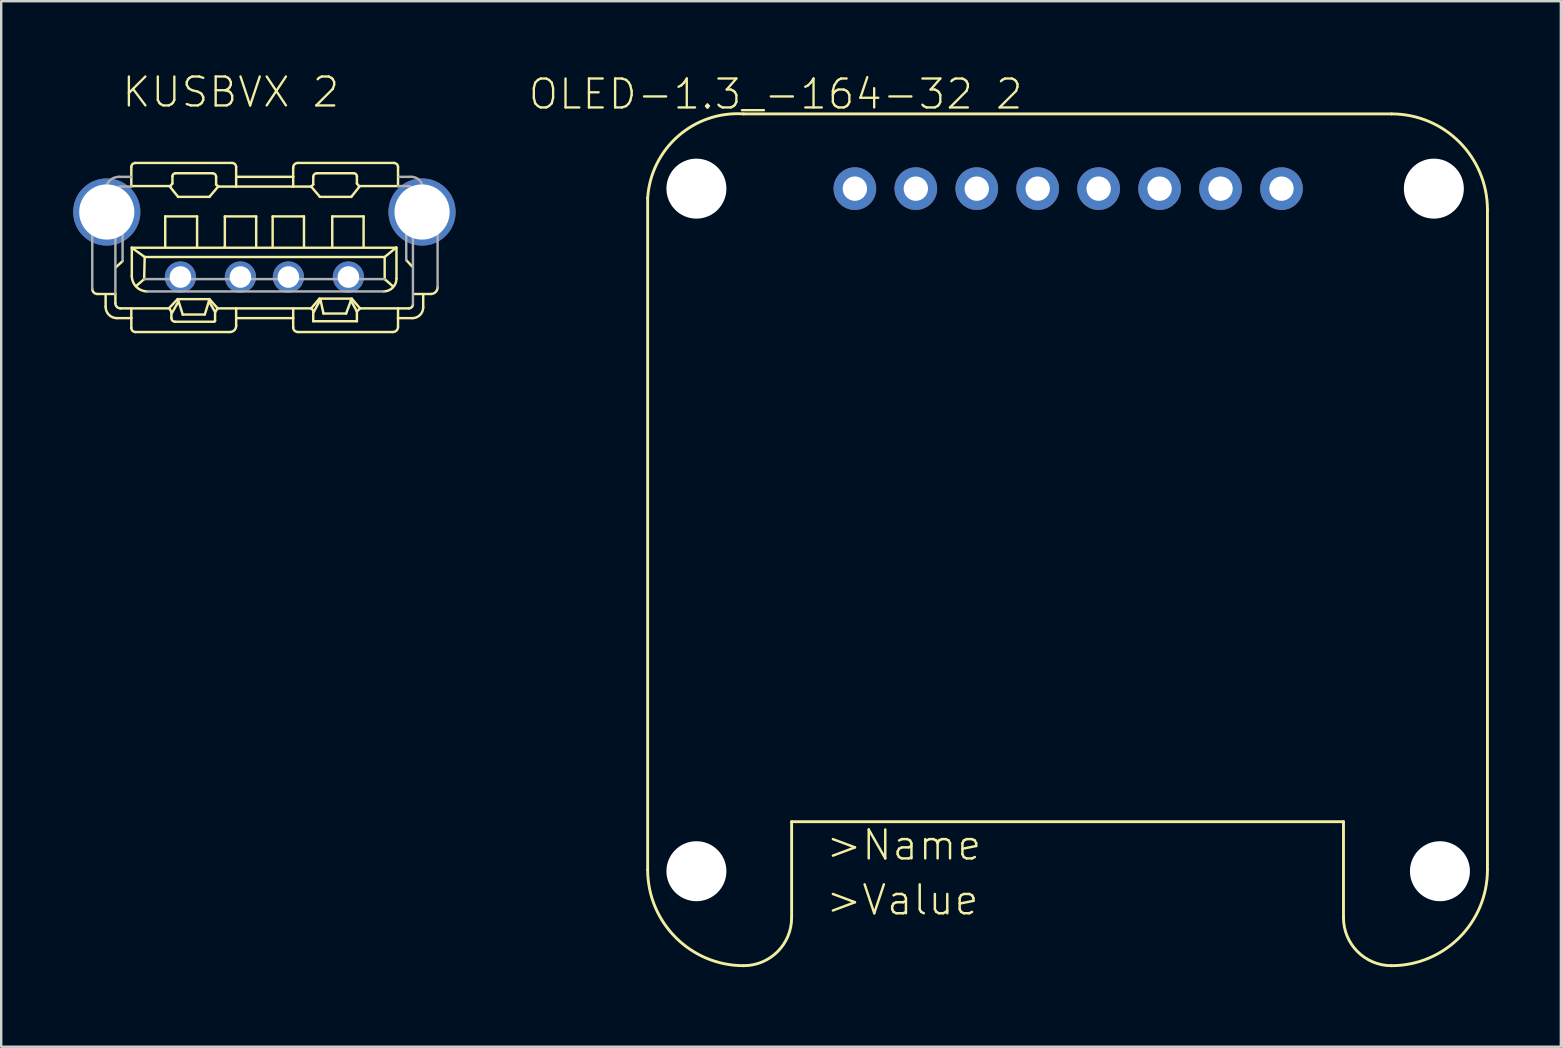
<source format=kicad_pcb>
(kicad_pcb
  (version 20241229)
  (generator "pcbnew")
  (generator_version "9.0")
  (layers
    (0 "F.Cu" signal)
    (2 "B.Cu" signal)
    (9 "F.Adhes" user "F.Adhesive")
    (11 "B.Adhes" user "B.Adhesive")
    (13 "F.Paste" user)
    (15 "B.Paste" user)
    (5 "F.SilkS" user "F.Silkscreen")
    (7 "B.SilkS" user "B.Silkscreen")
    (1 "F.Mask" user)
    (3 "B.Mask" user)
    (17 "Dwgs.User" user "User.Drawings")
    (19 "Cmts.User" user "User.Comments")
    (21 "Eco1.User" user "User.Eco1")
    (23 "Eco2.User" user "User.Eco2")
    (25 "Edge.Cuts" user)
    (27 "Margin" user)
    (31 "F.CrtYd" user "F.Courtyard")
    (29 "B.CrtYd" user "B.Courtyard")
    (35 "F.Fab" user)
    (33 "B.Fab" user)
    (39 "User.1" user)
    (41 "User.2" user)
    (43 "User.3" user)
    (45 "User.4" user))
  (footprint "OLED-1.3_-164-32 2"
    (layer "F.Cu")
    (at 23.943 37.324)
    (property "Reference" "OLED-1.3_-164-32 2" (at 5.334 -36.449 0) (layer "F.SilkS") (effects (font (size 1.206 1.206) (thickness 0.097))))
    (attr through_hole)
    (fp_line (start 0 -4.127) (end 0 -32.127) (stroke (width 0.12) (type solid)) (layer "F.SilkS"))
    (fp_line (start 4 -35.627) (end 31 -35.627) (stroke (width 0.12) (type solid)) (layer "F.SilkS"))
    (fp_line (start 6 -2.127) (end 6 -6.127) (stroke (width 0.12) (type solid)) (layer "F.SilkS"))
    (fp_line (start 29 -6.127) (end 6 -6.127) (stroke (width 0.12) (type solid)) (layer "F.SilkS"))
    (fp_line (start 29 -6.127) (end 29 -2.127) (stroke (width 0.12) (type solid)) (layer "F.SilkS"))
    (fp_line (start 35 -31.627) (end 35 -4.127) (stroke (width 0.12) (type solid)) (layer "F.SilkS"))
    (fp_arc (start 0 -32.127) (mid 1.275126 -34.705427) (end 4 -35.627) (stroke (width 0.12) (type solid)) (layer "F.SilkS"))
    (fp_arc (start 4 -0.127) (mid 1.171573 -1.298573) (end 0 -4.127) (stroke (width 0.12) (type solid)) (layer "F.SilkS"))
    (fp_arc (start 6 -2.127) (mid 5.414214 -0.712786) (end 4 -0.127) (stroke (width 0.12) (type solid)) (layer "F.SilkS"))
    (fp_arc (start 31 -35.627) (mid 33.828427 -34.455427) (end 35 -31.627) (stroke (width 0.12) (type solid)) (layer "F.SilkS"))
    (fp_arc (start 31 -0.127) (mid 29.585786 -0.712786) (end 29 -2.127) (stroke (width 0.12) (type solid)) (layer "F.SilkS"))
    (fp_arc (start 35 -4.127) (mid 33.828427 -1.298573) (end 31 -0.127) (stroke (width 0.12) (type solid)) (layer "F.SilkS"))
    (fp_text user ">Value" (at 7.366 -2.159 0) (layer "F.SilkS") (effects (font (size 1.206 1.206) (thickness 0.102)) (justify left bottom)))
    (fp_text user ">Name" (at 7.366 -4.445 0) (layer "F.SilkS") (effects (font (size 1.206 1.206) (thickness 0.102)) (justify left bottom)))
    (pad "" np_thru_hole circle (at 2.032 -32.512) (size 2.5 2.5) (drill 2.5) (layers "*.Cu" "*.Mask"))
    (pad "" np_thru_hole circle (at 2.032 -4.064) (size 2.5 2.5) (drill 2.5) (layers "*.Cu" "*.Mask"))
    (pad "" np_thru_hole circle (at 32.766 -32.512) (size 2.5 2.5) (drill 2.5) (layers "*.Cu" "*.Mask"))
    (pad "" np_thru_hole circle (at 33.02 -4.064) (size 2.5 2.5) (drill 2.5) (layers "*.Cu" "*.Mask"))
    (pad "3.3V" thru_hole circle (at 21.336 -32.512) (size 1.778 1.778) (drill 1.016) (layers "*.Cu" "*.Mask"))
    (pad "CLK" thru_hole circle (at 11.176 -32.512) (size 1.778 1.778) (drill 1.016) (layers "*.Cu" "*.Mask"))
    (pad "CS" thru_hole circle (at 18.796 -32.512) (size 1.778 1.778) (drill 1.016) (layers "*.Cu" "*.Mask"))
    (pad "D/C" thru_hole circle (at 13.716 -32.512) (size 1.778 1.778) (drill 1.016) (layers "*.Cu" "*.Mask"))
    (pad "DATA" thru_hole circle (at 8.636 -32.512) (size 1.778 1.778) (drill 1.016) (layers "*.Cu" "*.Mask"))
    (pad "GND" thru_hole circle (at 26.416 -32.512) (size 1.778 1.778) (drill 1.016) (layers "*.Cu" "*.Mask"))
    (pad "RST" thru_hole circle (at 16.256 -32.512) (size 1.778 1.778) (drill 1.016) (layers "*.Cu" "*.Mask"))
    (pad "VIN" thru_hole circle (at 23.876 -32.512) (size 1.778 1.778) (drill 1.016) (layers "*.Cu" "*.Mask")))
  (footprint "KUSBVX 2"
    (layer "F.Cu")
    (at 7.97 8.496)
    (property "Reference" "KUSBVX 2" (at -6 -7 180) (layer "F.SilkS") (effects (font (size 1.206 1.206) (thickness 0.097)) (justify left bottom)))
    (attr through_hole)
    (fp_line (start -6.961 0.707) (end -6.211 0.707) (stroke (width 0.102) (type solid)) (layer "F.SilkS"))
    (fp_line (start -6.618 1.242) (end -6.618 0.728) (stroke (width 0.102) (type solid)) (layer "F.SilkS"))
    (fp_line (start -6.211 0.707) (end -6.211 1.092) (stroke (width 0.102) (type solid)) (layer "F.SilkS"))
    (fp_line (start -5.997 1.306) (end -3.962 1.306) (stroke (width 0.102) (type solid)) (layer "F.SilkS"))
    (fp_line (start -5.911 -0.664) (end -6.19 -0.407) (stroke (width 0.102) (type solid)) (layer "F.SilkS"))
    (fp_line (start -5.547 -3.791) (end -3.92 -3.791) (stroke (width 0.102) (type solid)) (layer "F.SilkS"))
    (fp_line (start -5.547 -3.77) (end -5.547 -4.583) (stroke (width 0.102) (type solid)) (layer "F.SilkS"))
    (fp_line (start -5.547 1.713) (end -6.147 1.713) (stroke (width 0.102) (type solid)) (layer "F.SilkS"))
    (fp_line (start -5.547 1.713) (end -5.547 1.306) (stroke (width 0.102) (type solid)) (layer "F.SilkS"))
    (fp_line (start -5.547 2.12) (end -5.547 1.713) (stroke (width 0.102) (type solid)) (layer "F.SilkS"))
    (fp_line (start -5.526 -1.221) (end -4.99 -0.835) (stroke (width 0.102) (type solid)) (layer "F.SilkS"))
    (fp_line (start -5.526 -1.221) (end 5.483 -1.221) (stroke (width 0.102) (type solid)) (layer "F.SilkS"))
    (fp_line (start -5.526 -0.043) (end -5.526 -1.221) (stroke (width 0.102) (type solid)) (layer "F.SilkS"))
    (fp_line (start -5.376 -4.755) (end -1.349 -4.755) (stroke (width 0.102) (type solid)) (layer "F.SilkS"))
    (fp_line (start -5.012 0.086) (end -5.333 0.364) (stroke (width 0.102) (type solid)) (layer "F.SilkS"))
    (fp_line (start -4.99 -0.835) (end -5.012 0.086) (stroke (width 0.102) (type solid)) (layer "F.SilkS"))
    (fp_line (start -4.99 -0.835) (end 5.012 -0.835) (stroke (width 0.102) (type solid)) (layer "F.SilkS"))
    (fp_line (start -4.134 -2.527) (end -2.806 -2.527) (stroke (width 0.102) (type solid)) (layer "F.SilkS"))
    (fp_line (start -4.134 -1.264) (end -4.134 -2.527) (stroke (width 0.102) (type solid)) (layer "F.SilkS"))
    (fp_line (start -3.962 1.306) (end -3.962 1.306) (stroke (width 0.102) (type solid)) (layer "F.SilkS"))
    (fp_line (start -3.962 1.306) (end -3.877 1.456) (stroke (width 0.102) (type solid)) (layer "F.SilkS"))
    (fp_line (start -3.962 1.285) (end -3.62 0.921) (stroke (width 0.102) (type solid)) (layer "F.SilkS"))
    (fp_line (start -3.92 -3.791) (end -3.834 -3.898) (stroke (width 0.102) (type solid)) (layer "F.SilkS"))
    (fp_line (start -3.877 1.456) (end -3.877 1.713) (stroke (width 0.102) (type solid)) (layer "F.SilkS"))
    (fp_line (start -3.855 1.499) (end -3.598 1.05) (stroke (width 0.102) (type solid)) (layer "F.SilkS"))
    (fp_line (start -3.834 -3.898) (end -3.834 -4.198) (stroke (width 0.102) (type solid)) (layer "F.SilkS"))
    (fp_line (start -3.727 1.863) (end -2.099 1.863) (stroke (width 0.102) (type solid)) (layer "F.SilkS"))
    (fp_line (start -3.705 -4.326) (end -2.163 -4.326) (stroke (width 0.102) (type solid)) (layer "F.SilkS"))
    (fp_line (start -3.62 0.921) (end -2.292 0.921) (stroke (width 0.102) (type solid)) (layer "F.SilkS"))
    (fp_line (start -3.598 -3.341) (end -3.941 -3.77) (stroke (width 0.102) (type solid)) (layer "F.SilkS"))
    (fp_line (start -3.405 1.563) (end -3.598 0.942) (stroke (width 0.102) (type solid)) (layer "F.SilkS"))
    (fp_line (start -2.806 -2.527) (end -2.806 -1.264) (stroke (width 0.102) (type solid)) (layer "F.SilkS"))
    (fp_line (start -2.485 1.563) (end -3.405 1.563) (stroke (width 0.102) (type solid)) (layer "F.SilkS"))
    (fp_line (start -2.313 1.007) (end -2.485 1.563) (stroke (width 0.102) (type solid)) (layer "F.SilkS"))
    (fp_line (start -2.292 -3.341) (end -3.598 -3.341) (stroke (width 0.102) (type solid)) (layer "F.SilkS"))
    (fp_line (start -2.292 0.921) (end -1.949 1.306) (stroke (width 0.102) (type solid)) (layer "F.SilkS"))
    (fp_line (start -2.056 1.456) (end -2.313 1.007) (stroke (width 0.102) (type solid)) (layer "F.SilkS"))
    (fp_line (start -2.056 1.821) (end -2.056 1.456) (stroke (width 0.102) (type solid)) (layer "F.SilkS"))
    (fp_line (start -2.013 -4.176) (end -2.013 -3.855) (stroke (width 0.102) (type solid)) (layer "F.SilkS"))
    (fp_line (start -1.949 1.306) (end -2.056 1.456) (stroke (width 0.102) (type solid)) (layer "F.SilkS"))
    (fp_line (start -1.928 -3.77) (end -2.292 -3.341) (stroke (width 0.102) (type solid)) (layer "F.SilkS"))
    (fp_line (start -1.928 -3.77) (end -2.013 -3.855) (stroke (width 0.102) (type solid)) (layer "F.SilkS"))
    (fp_line (start -1.671 -1.242) (end -1.649 -1.242) (stroke (width 0.102) (type solid)) (layer "F.SilkS"))
    (fp_line (start -1.649 -2.527) (end -0.343 -2.527) (stroke (width 0.102) (type solid)) (layer "F.SilkS"))
    (fp_line (start -1.649 -1.242) (end -1.649 -2.527) (stroke (width 0.102) (type solid)) (layer "F.SilkS"))
    (fp_line (start -1.435 2.292) (end -5.376 2.292) (stroke (width 0.102) (type solid)) (layer "F.SilkS"))
    (fp_line (start -1.178 -4.583) (end -1.178 -3.77) (stroke (width 0.102) (type solid)) (layer "F.SilkS"))
    (fp_line (start -1.178 -3.77) (end -1.928 -3.77) (stroke (width 0.102) (type solid)) (layer "F.SilkS"))
    (fp_line (start -1.178 -3.77) (end 1.199 -3.77) (stroke (width 0.102) (type solid)) (layer "F.SilkS"))
    (fp_line (start -1.178 1.306) (end -1.949 1.306) (stroke (width 0.102) (type solid)) (layer "F.SilkS"))
    (fp_line (start -1.178 1.306) (end -1.178 2.035) (stroke (width 0.102) (type solid)) (layer "F.SilkS"))
    (fp_line (start -1.178 1.306) (end 1.949 1.306) (stroke (width 0.102) (type solid)) (layer "F.SilkS"))
    (fp_line (start -1.157 -4.176) (end 1.199 -4.176) (stroke (width 0.102) (type solid)) (layer "F.SilkS"))
    (fp_line (start -0.343 -2.527) (end -0.343 -1.285) (stroke (width 0.102) (type solid)) (layer "F.SilkS"))
    (fp_line (start 0.343 -2.527) (end 1.649 -2.527) (stroke (width 0.102) (type solid)) (layer "F.SilkS"))
    (fp_line (start 0.343 -1.264) (end 0.343 -2.527) (stroke (width 0.102) (type solid)) (layer "F.SilkS"))
    (fp_line (start 1.199 -4.176) (end 1.199 -4.562) (stroke (width 0.102) (type solid)) (layer "F.SilkS"))
    (fp_line (start 1.199 -4.176) (end 1.199 -3.77) (stroke (width 0.102) (type solid)) (layer "F.SilkS"))
    (fp_line (start 1.199 -3.77) (end 1.949 -3.77) (stroke (width 0.102) (type solid)) (layer "F.SilkS"))
    (fp_line (start 1.199 1.713) (end -1.157 1.713) (stroke (width 0.102) (type solid)) (layer "F.SilkS"))
    (fp_line (start 1.199 1.713) (end 1.199 1.306) (stroke (width 0.102) (type solid)) (layer "F.SilkS"))
    (fp_line (start 1.199 2.099) (end 1.199 1.713) (stroke (width 0.102) (type solid)) (layer "F.SilkS"))
    (fp_line (start 1.392 -4.755) (end 5.397 -4.755) (stroke (width 0.102) (type solid)) (layer "F.SilkS"))
    (fp_line (start 1.649 -2.527) (end 1.649 -1.242) (stroke (width 0.102) (type solid)) (layer "F.SilkS"))
    (fp_line (start 1.949 -3.77) (end 2.035 -3.855) (stroke (width 0.102) (type solid)) (layer "F.SilkS"))
    (fp_line (start 1.949 -3.77) (end 2.313 -3.341) (stroke (width 0.102) (type solid)) (layer "F.SilkS"))
    (fp_line (start 1.949 1.306) (end 2.292 0.9) (stroke (width 0.102) (type solid)) (layer "F.SilkS"))
    (fp_line (start 2.035 -4.176) (end 2.035 -3.855) (stroke (width 0.102) (type solid)) (layer "F.SilkS"))
    (fp_line (start 2.035 1.392) (end 1.949 1.306) (stroke (width 0.102) (type solid)) (layer "F.SilkS"))
    (fp_line (start 2.035 1.842) (end 2.035 1.392) (stroke (width 0.102) (type solid)) (layer "F.SilkS"))
    (fp_line (start 2.292 0.9) (end 3.641 0.9) (stroke (width 0.102) (type solid)) (layer "F.SilkS"))
    (fp_line (start 2.313 -3.341) (end 3.62 -3.341) (stroke (width 0.102) (type solid)) (layer "F.SilkS"))
    (fp_line (start 2.335 0.942) (end 2.056 1.456) (stroke (width 0.102) (type solid)) (layer "F.SilkS"))
    (fp_line (start 2.335 0.942) (end 2.463 1.521) (stroke (width 0.102) (type solid)) (layer "F.SilkS"))
    (fp_line (start 2.463 1.521) (end 3.405 1.521) (stroke (width 0.102) (type solid)) (layer "F.SilkS"))
    (fp_line (start 2.827 -2.527) (end 4.134 -2.527) (stroke (width 0.102) (type solid)) (layer "F.SilkS"))
    (fp_line (start 2.827 -1.242) (end 2.827 -2.527) (stroke (width 0.102) (type solid)) (layer "F.SilkS"))
    (fp_line (start 3.405 1.521) (end 3.62 0.942) (stroke (width 0.102) (type solid)) (layer "F.SilkS"))
    (fp_line (start 3.598 0.964) (end 3.855 1.435) (stroke (width 0.102) (type solid)) (layer "F.SilkS"))
    (fp_line (start 3.62 -3.341) (end 3.962 -3.77) (stroke (width 0.102) (type solid)) (layer "F.SilkS"))
    (fp_line (start 3.641 0.9) (end 3.984 1.306) (stroke (width 0.102) (type solid)) (layer "F.SilkS"))
    (fp_line (start 3.727 -4.326) (end 2.185 -4.326) (stroke (width 0.102) (type solid)) (layer "F.SilkS"))
    (fp_line (start 3.855 -3.898) (end 3.855 -4.198) (stroke (width 0.102) (type solid)) (layer "F.SilkS"))
    (fp_line (start 3.855 1.435) (end 3.855 1.842) (stroke (width 0.102) (type solid)) (layer "F.SilkS"))
    (fp_line (start 3.855 1.842) (end 2.035 1.842) (stroke (width 0.102) (type solid)) (layer "F.SilkS"))
    (fp_line (start 3.941 -3.791) (end 3.855 -3.898) (stroke (width 0.102) (type solid)) (layer "F.SilkS"))
    (fp_line (start 3.984 1.306) (end 3.855 1.435) (stroke (width 0.102) (type solid)) (layer "F.SilkS"))
    (fp_line (start 4.134 -2.527) (end 4.134 -1.242) (stroke (width 0.102) (type solid)) (layer "F.SilkS"))
    (fp_line (start 5.012 -0.835) (end 5.012 0.086) (stroke (width 0.102) (type solid)) (layer "F.SilkS"))
    (fp_line (start 5.012 -0.835) (end 5.483 -1.221) (stroke (width 0.102) (type solid)) (layer "F.SilkS"))
    (fp_line (start 5.012 0.086) (end 5.354 0.386) (stroke (width 0.102) (type solid)) (layer "F.SilkS"))
    (fp_line (start 5.354 2.292) (end 1.392 2.292) (stroke (width 0.102) (type solid)) (layer "F.SilkS"))
    (fp_line (start 5.483 -1.221) (end 5.504 -1.221) (stroke (width 0.102) (type solid)) (layer "F.SilkS"))
    (fp_line (start 5.504 -1.221) (end 5.504 0.064) (stroke (width 0.102) (type solid)) (layer "F.SilkS"))
    (fp_line (start 5.569 -4.583) (end 5.569 -3.791) (stroke (width 0.102) (type solid)) (layer "F.SilkS"))
    (fp_line (start 5.569 -3.791) (end 3.941 -3.791) (stroke (width 0.102) (type solid)) (layer "F.SilkS"))
    (fp_line (start 5.569 1.306) (end 3.984 1.306) (stroke (width 0.102) (type solid)) (layer "F.SilkS"))
    (fp_line (start 5.569 1.306) (end 5.569 1.713) (stroke (width 0.102) (type solid)) (layer "F.SilkS"))
    (fp_line (start 5.569 1.713) (end 5.569 2.078) (stroke (width 0.102) (type solid)) (layer "F.SilkS"))
    (fp_line (start 5.569 1.713) (end 6.168 1.713) (stroke (width 0.102) (type solid)) (layer "F.SilkS"))
    (fp_line (start 6.019 1.306) (end 5.569 1.306) (stroke (width 0.102) (type solid)) (layer "F.SilkS"))
    (fp_line (start 6.168 -0.428) (end 5.911 -0.707) (stroke (width 0.102) (type solid)) (layer "F.SilkS"))
    (fp_line (start 6.211 0.707) (end 6.939 0.707) (stroke (width 0.102) (type solid)) (layer "F.SilkS"))
    (fp_line (start 6.618 1.264) (end 6.618 0.728) (stroke (width 0.102) (type solid)) (layer "F.SilkS"))
    (fp_arc (start -6.9608 0.7068) (mid -7.112262 0.644062) (end -7.175 0.4926) (stroke (width 0.1016) (type solid)) (layer "F.SilkS"))
    (fp_arc (start -6.147 1.7134) (mid -6.480189 1.575389) (end -6.6182 1.2422) (stroke (width 0.1016) (type solid)) (layer "F.SilkS"))
    (fp_arc (start -5.997 1.3065) (mid -6.148462 1.243762) (end -6.2112 1.0923) (stroke (width 0.1016) (type solid)) (layer "F.SilkS"))
    (fp_arc (start -5.5473 -4.5835) (mid -5.497127 -4.704627) (end -5.376 -4.7548) (stroke (width 0.1016) (type solid)) (layer "F.SilkS"))
    (fp_arc (start -5.3759 2.2917) (mid -5.497098 2.241498) (end -5.5473 2.1203) (stroke (width 0.1016) (type solid)) (layer "F.SilkS"))
    (fp_arc (start -4.8833 0.5997) (mid -5.337616 0.411516) (end -5.5258 -0.0428) (stroke (width 0.1016) (type solid)) (layer "F.SilkS"))
    (fp_arc (start -3.8338 -4.1979) (mid -3.796163 -4.288763) (end -3.7053 -4.3264) (stroke (width 0.1016) (type solid)) (layer "F.SilkS"))
    (fp_arc (start -3.7267 1.8634) (mid -3.832766 1.819466) (end -3.8767 1.7134) (stroke (width 0.1016) (type solid)) (layer "F.SilkS"))
    (fp_arc (start -2.1632 -4.3264) (mid -2.057205 -4.282495) (end -2.0133 -4.1765) (stroke (width 0.1016) (type solid)) (layer "F.SilkS"))
    (fp_arc (start -2.0561 1.8205) (mid -2.068665 1.850835) (end -2.099 1.8634) (stroke (width 0.1016) (type solid)) (layer "F.SilkS"))
    (fp_arc (start -1.3493 -4.7548) (mid -1.228173 -4.704627) (end -1.178 -4.5835) (stroke (width 0.1016) (type solid)) (layer "F.SilkS"))
    (fp_arc (start -1.178 2.0347) (mid -1.253274 2.216426) (end -1.435 2.2917) (stroke (width 0.1016) (type solid)) (layer "F.SilkS"))
    (fp_arc (start 1.1994 -4.562) (mid 1.25587 -4.69833) (end 1.3922 -4.7548) (stroke (width 0.1016) (type solid)) (layer "F.SilkS"))
    (fp_arc (start 1.3922 2.2917) (mid 1.25587 2.23523) (end 1.1994 2.0989) (stroke (width 0.1016) (type solid)) (layer "F.SilkS"))
    (fp_arc (start 2.0347 -4.1765) (mid 2.078605 -4.282495) (end 2.1846 -4.3264) (stroke (width 0.1016) (type solid)) (layer "F.SilkS"))
    (fp_arc (start 3.7267 -4.3264) (mid 3.817563 -4.288763) (end 3.8552 -4.1979) (stroke (width 0.1016) (type solid)) (layer "F.SilkS"))
    (fp_arc (start 5.3973 -4.7548) (mid 5.518498 -4.704598) (end 5.5687 -4.5834) (stroke (width 0.1016) (type solid)) (layer "F.SilkS"))
    (fp_arc (start 5.5044 0.0643) (mid 5.347584 0.442885) (end 4.968999 0.599699) (stroke (width 0.1016) (type solid)) (layer "F.SilkS"))
    (fp_arc (start 5.5687 2.0775) (mid 5.505962 2.228962) (end 5.3545 2.2917) (stroke (width 0.1016) (type solid)) (layer "F.SilkS"))
    (fp_arc (start 6.1898 1.1352) (mid 6.139627 1.256327) (end 6.0185 1.3065) (stroke (width 0.1016) (type solid)) (layer "F.SilkS"))
    (fp_arc (start 6.6182 1.2636) (mid 6.486457 1.581657) (end 6.1684 1.7134) (stroke (width 0.1016) (type solid)) (layer "F.SilkS"))
    (fp_arc (start 7.2179 0.4283) (mid 7.136329 0.625229) (end 6.9394 0.7068) (stroke (width 0.1016) (type solid)) (layer "F.SilkS"))
    (fp_line (start -7.175 -2.956) (end -7.175 0.493) (stroke (width 0.102) (type solid)) (layer "F.Fab"))
    (fp_line (start -6.618 -3.148) (end -6.618 -3.62) (stroke (width 0.102) (type solid)) (layer "F.Fab"))
    (fp_line (start -6.211 -3.148) (end -6.982 -3.148) (stroke (width 0.102) (type solid)) (layer "F.Fab"))
    (fp_line (start -6.211 -2.078) (end -6.211 -3.555) (stroke (width 0.102) (type solid)) (layer "F.Fab"))
    (fp_line (start -6.211 -2.078) (end -5.911 -1.799) (stroke (width 0.102) (type solid)) (layer "F.Fab"))
    (fp_line (start -6.211 0.707) (end -6.211 -2.078) (stroke (width 0.102) (type solid)) (layer "F.Fab"))
    (fp_line (start -6.061 -4.176) (end -5.547 -4.176) (stroke (width 0.102) (type solid)) (layer "F.Fab"))
    (fp_line (start -5.997 -3.77) (end -5.547 -3.77) (stroke (width 0.102) (type solid)) (layer "F.Fab"))
    (fp_line (start -5.911 -1.799) (end -5.911 -0.664) (stroke (width 0.102) (type solid)) (layer "F.Fab"))
    (fp_line (start 4.969 0.6) (end -4.883 0.6) (stroke (width 0.102) (type solid)) (layer "F.Fab"))
    (fp_line (start 5.012 0.086) (end -5.012 0.086) (stroke (width 0.102) (type solid)) (layer "F.Fab"))
    (fp_line (start 5.569 -3.791) (end 5.997 -3.791) (stroke (width 0.102) (type solid)) (layer "F.Fab"))
    (fp_line (start 5.911 -1.756) (end 6.168 -2.013) (stroke (width 0.102) (type solid)) (layer "F.Fab"))
    (fp_line (start 5.911 -0.707) (end 5.911 -1.756) (stroke (width 0.102) (type solid)) (layer "F.Fab"))
    (fp_line (start 6.125 -4.176) (end 5.612 -4.176) (stroke (width 0.102) (type solid)) (layer "F.Fab"))
    (fp_line (start 6.19 -3.598) (end 6.19 1.135) (stroke (width 0.102) (type solid)) (layer "F.Fab"))
    (fp_line (start 6.597 -3.17) (end 6.597 -3.705) (stroke (width 0.102) (type solid)) (layer "F.Fab"))
    (fp_line (start 7.004 -3.148) (end 6.211 -3.148) (stroke (width 0.102) (type solid)) (layer "F.Fab"))
    (fp_line (start 7.218 0.428) (end 7.218 -2.934) (stroke (width 0.102) (type solid)) (layer "F.Fab"))
    (fp_arc (start -7.175 -2.9557) (mid -7.118559 -3.091959) (end -6.9823 -3.1484) (stroke (width 0.1016) (type solid)) (layer "F.Fab"))
    (fp_arc (start -6.6182 -3.6196) (mid -6.455088 -4.013388) (end -6.0613 -4.1765) (stroke (width 0.1016) (type solid)) (layer "F.Fab"))
    (fp_arc (start -6.2112 -3.5554) (mid -6.148462 -3.706862) (end -5.997 -3.7696) (stroke (width 0.1016) (type solid)) (layer "F.Fab"))
    (fp_arc (start 5.997 -3.791) (mid 6.13333 -3.73453) (end 6.1898 -3.5982) (stroke (width 0.1016) (type solid)) (layer "F.Fab"))
    (fp_arc (start 6.1255 -4.1765) (mid 6.458689 -4.038489) (end 6.5967 -3.7053) (stroke (width 0.1016) (type solid)) (layer "F.Fab"))
    (fp_arc (start 7.0038 -3.1484) (mid 7.155192 -3.085692) (end 7.2179 -2.9343) (stroke (width 0.1016) (type solid)) (layer "F.Fab"))
    (pad "1" thru_hole circle (at 3.5 0) (size 1.3 1.3) (drill 0.9) (layers "*.Cu" "*.Mask"))
    (pad "2" thru_hole circle (at 1 0) (size 1.3 1.3) (drill 0.9) (layers "*.Cu" "*.Mask"))
    (pad "3" thru_hole circle (at -1 0) (size 1.3 1.3) (drill 0.9) (layers "*.Cu" "*.Mask"))
    (pad "4" thru_hole circle (at -3.5 0) (size 1.3 1.3) (drill 0.9) (layers "*.Cu" "*.Mask"))
    (pad "M1" thru_hole circle (at -6.57 -2.71) (size 2.8 2.8) (drill 2.3) (layers "*.Cu" "*.Mask"))
    (pad "M2" thru_hole circle (at 6.57 -2.71) (size 2.8 2.8) (drill 2.3) (layers "*.Cu" "*.Mask")))
  (gr_rect
    (start -3 -3)
    (end 62.003 40.574)
    (stroke (width 0.1) (type default))
    (fill no)
    (layer "Edge.Cuts")))
</source>
